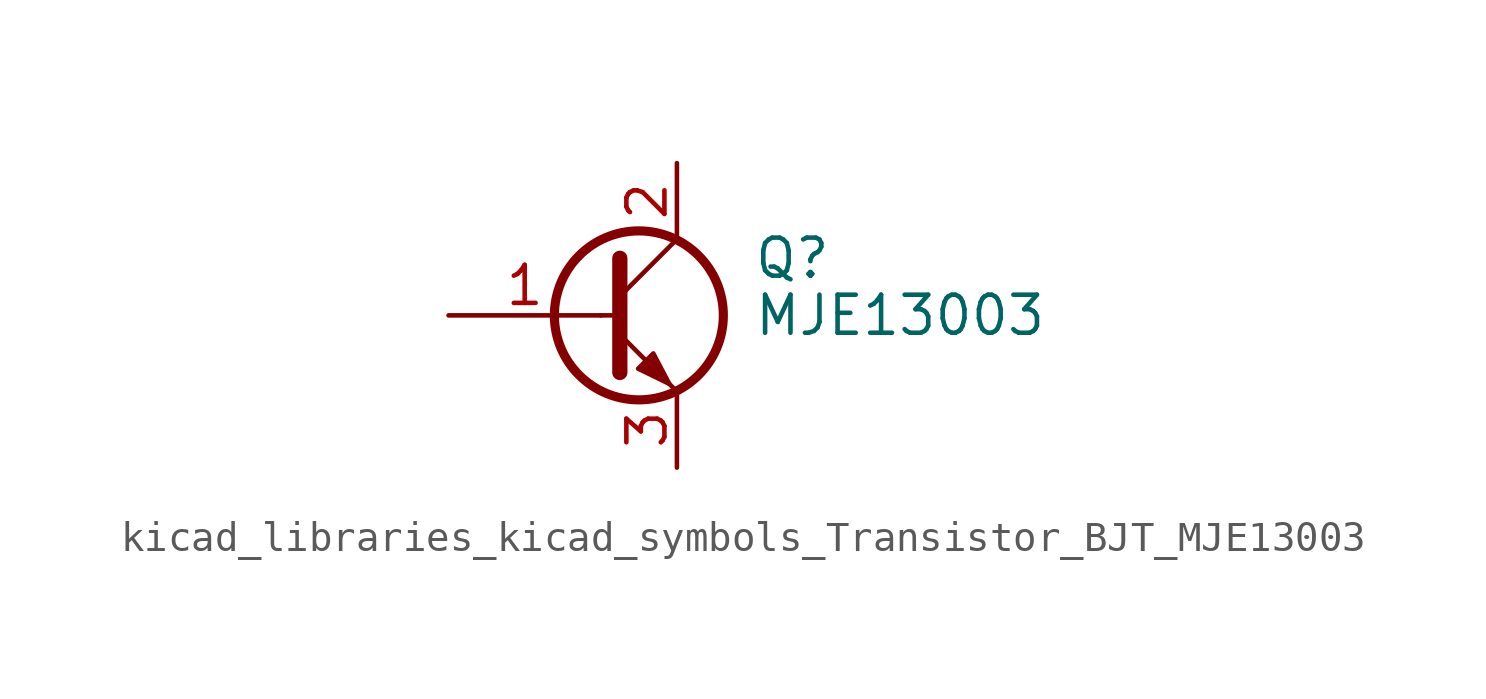
<source format=kicad_sym>
(kicad_symbol_lib
  (version 20220914)
  (generator kicad_symbol_editor)
  (symbol "kicad_libraries_kicad_symbols_Transistor_BJT_MJE13003"
    (pin_names
      (offset 0) hide)
    (property "Reference" "Q"
      (at 5.08 1.905 0)
      (effects (font (size 1.27 1.27)) (justify left)))
    (property "Value" "MJE13003"
      (at 5.08 0 0)
      (effects (font (size 1.27 1.27)) (justify left)))
    (symbol "kicad_libraries_kicad_symbols_Transistor_BJT_MJE13003_0_1"
      (polyline (pts (xy 0 0) (xy 0.635 0)) (stroke (width 0) (type default)) (fill (type none)))
      (polyline (pts (xy 2.54 -2.54) (xy 0.635 -0.635)) (stroke (width 0) (type default)) (fill (type none)))
      (polyline (pts (xy 2.54 2.54) (xy 0.635 0.635)) (stroke (width 0) (type default)) (fill (type none)))
      (polyline (pts (xy 0.635 1.905) (xy 0.635 -1.905) (xy 0.635 -1.905)) (stroke (width 0.508) (type default)) (fill (type outline)))
      (polyline (pts (xy 1.245 -1.778) (xy 1.753 -1.27) (xy 2.286 -2.286) (xy 1.245 -1.778) (xy 1.245 -1.778)) (stroke (width 0) (type default)) (fill (type outline)))
      (circle (center 1.27 0) (radius 2.819) (stroke (width 0.305) (type default)) (fill (type none))))
    (symbol "kicad_libraries_kicad_symbols_Transistor_BJT_MJE13003_1_1"
      (pin input line (at -5.08 0 0) (length 5.08) (name "B" (effects (font (size 1.27 1.27)))) (number "1" (effects (font (size 1.27 1.27)))))
      (pin passive line (at 2.54 5.08 270) (length 2.54) (name "C" (effects (font (size 1.27 1.27)))) (number "2" (effects (font (size 1.27 1.27)))))
      (pin passive line (at 2.54 -5.08 90) (length 2.54) (name "E" (effects (font (size 1.27 1.27)))) (number "3" (effects (font (size 1.27 1.27))))))))
</source>
